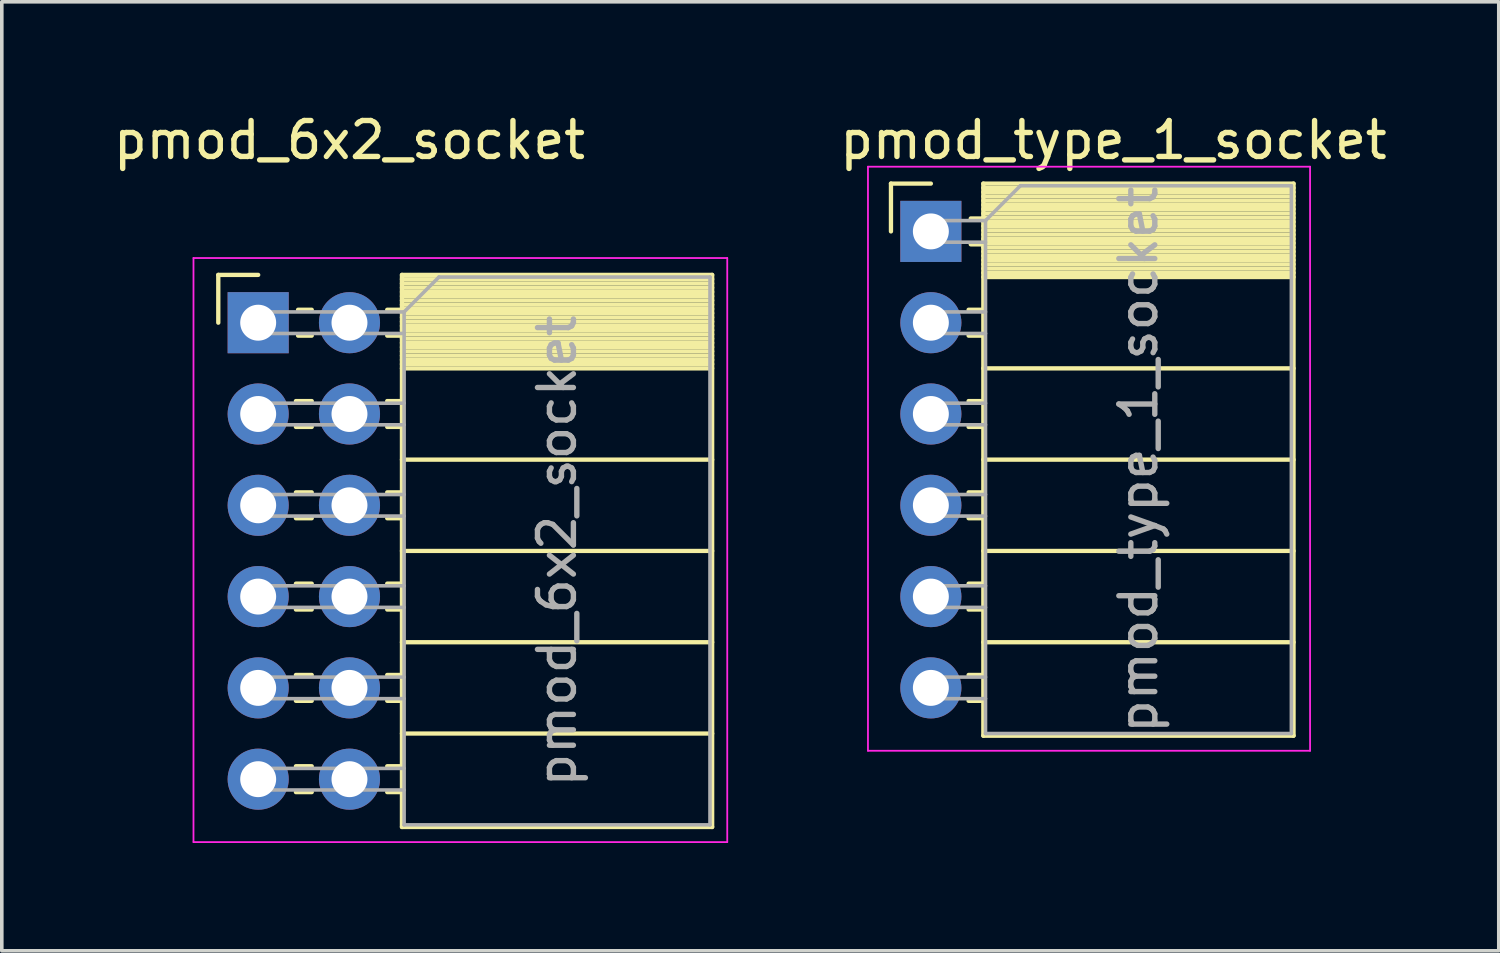
<source format=kicad_pcb>
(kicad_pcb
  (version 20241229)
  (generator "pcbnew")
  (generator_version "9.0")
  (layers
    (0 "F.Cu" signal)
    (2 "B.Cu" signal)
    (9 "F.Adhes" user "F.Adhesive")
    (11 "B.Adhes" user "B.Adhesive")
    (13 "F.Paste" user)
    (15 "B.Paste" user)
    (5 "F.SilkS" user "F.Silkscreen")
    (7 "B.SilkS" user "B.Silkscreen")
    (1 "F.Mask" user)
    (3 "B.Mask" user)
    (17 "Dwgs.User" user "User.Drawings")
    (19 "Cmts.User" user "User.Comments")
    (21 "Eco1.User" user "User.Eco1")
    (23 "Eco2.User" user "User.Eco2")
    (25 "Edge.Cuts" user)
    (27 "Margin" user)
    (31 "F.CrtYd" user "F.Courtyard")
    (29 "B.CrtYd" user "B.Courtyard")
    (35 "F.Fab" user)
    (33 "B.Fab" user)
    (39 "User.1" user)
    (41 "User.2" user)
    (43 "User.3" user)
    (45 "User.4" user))
  (footprint "pmod_6x2_socket"
    (layer "F.Cu")
    (at 4.133 5.928)
    (property "Reference" "pmod_6x2_socket" (at 2.54 -5.08 0) (unlocked yes) (layer "F.SilkS") (effects (font (size 1 1) (thickness 0.15))))
    (attr through_hole)
    (fp_line (start -1.11 -1.33) (end -1.11 0) (stroke (width 0.12) (type solid)) (layer "F.SilkS"))
    (fp_line (start 0 -1.33) (end -1.11 -1.33) (stroke (width 0.12) (type solid)) (layer "F.SilkS"))
    (fp_line (start 1.49 -0.36) (end 1.11 -0.36) (stroke (width 0.12) (type solid)) (layer "F.SilkS"))
    (fp_line (start 1.49 0.36) (end 1.11 0.36) (stroke (width 0.12) (type solid)) (layer "F.SilkS"))
    (fp_line (start 1.49 2.18) (end 1.05 2.18) (stroke (width 0.12) (type solid)) (layer "F.SilkS"))
    (fp_line (start 1.49 2.9) (end 1.05 2.9) (stroke (width 0.12) (type solid)) (layer "F.SilkS"))
    (fp_line (start 1.49 4.72) (end 1.05 4.72) (stroke (width 0.12) (type solid)) (layer "F.SilkS"))
    (fp_line (start 1.49 5.44) (end 1.05 5.44) (stroke (width 0.12) (type solid)) (layer "F.SilkS"))
    (fp_line (start 1.49 7.26) (end 1.05 7.26) (stroke (width 0.12) (type solid)) (layer "F.SilkS"))
    (fp_line (start 1.49 7.98) (end 1.05 7.98) (stroke (width 0.12) (type solid)) (layer "F.SilkS"))
    (fp_line (start 1.49 9.8) (end 1.05 9.8) (stroke (width 0.12) (type solid)) (layer "F.SilkS"))
    (fp_line (start 1.49 10.52) (end 1.05 10.52) (stroke (width 0.12) (type solid)) (layer "F.SilkS"))
    (fp_line (start 1.49 12.34) (end 1.05 12.34) (stroke (width 0.12) (type solid)) (layer "F.SilkS"))
    (fp_line (start 1.49 13.06) (end 1.05 13.06) (stroke (width 0.12) (type solid)) (layer "F.SilkS"))
    (fp_line (start 4 -1.33) (end 4 14.03) (stroke (width 0.12) (type solid)) (layer "F.SilkS"))
    (fp_line (start 4 -0.36) (end 3.59 -0.36) (stroke (width 0.12) (type solid)) (layer "F.SilkS"))
    (fp_line (start 4 0.36) (end 3.59 0.36) (stroke (width 0.12) (type solid)) (layer "F.SilkS"))
    (fp_line (start 4 2.18) (end 3.59 2.18) (stroke (width 0.12) (type solid)) (layer "F.SilkS"))
    (fp_line (start 4 2.9) (end 3.59 2.9) (stroke (width 0.12) (type solid)) (layer "F.SilkS"))
    (fp_line (start 4 4.72) (end 3.59 4.72) (stroke (width 0.12) (type solid)) (layer "F.SilkS"))
    (fp_line (start 4 5.44) (end 3.59 5.44) (stroke (width 0.12) (type solid)) (layer "F.SilkS"))
    (fp_line (start 4 7.26) (end 3.59 7.26) (stroke (width 0.12) (type solid)) (layer "F.SilkS"))
    (fp_line (start 4 7.98) (end 3.59 7.98) (stroke (width 0.12) (type solid)) (layer "F.SilkS"))
    (fp_line (start 4 9.8) (end 3.59 9.8) (stroke (width 0.12) (type solid)) (layer "F.SilkS"))
    (fp_line (start 4 10.52) (end 3.59 10.52) (stroke (width 0.12) (type solid)) (layer "F.SilkS"))
    (fp_line (start 4 12.34) (end 3.59 12.34) (stroke (width 0.12) (type solid)) (layer "F.SilkS"))
    (fp_line (start 4 13.06) (end 3.59 13.06) (stroke (width 0.12) (type solid)) (layer "F.SilkS"))
    (fp_line (start 12.63 -1.33) (end 4 -1.33) (stroke (width 0.12) (type solid)) (layer "F.SilkS"))
    (fp_line (start 12.63 -1.33) (end 12.63 14.03) (stroke (width 0.12) (type solid)) (layer "F.SilkS"))
    (fp_line (start 12.63 -1.21) (end 4 -1.21) (stroke (width 0.12) (type solid)) (layer "F.SilkS"))
    (fp_line (start 12.63 -1.092) (end 4 -1.092) (stroke (width 0.12) (type solid)) (layer "F.SilkS"))
    (fp_line (start 12.63 -0.974) (end 4 -0.974) (stroke (width 0.12) (type solid)) (layer "F.SilkS"))
    (fp_line (start 12.63 -0.856) (end 4 -0.856) (stroke (width 0.12) (type solid)) (layer "F.SilkS"))
    (fp_line (start 12.63 -0.738) (end 4 -0.738) (stroke (width 0.12) (type solid)) (layer "F.SilkS"))
    (fp_line (start 12.63 -0.62) (end 4 -0.62) (stroke (width 0.12) (type solid)) (layer "F.SilkS"))
    (fp_line (start 12.63 -0.501) (end 4 -0.501) (stroke (width 0.12) (type solid)) (layer "F.SilkS"))
    (fp_line (start 12.63 -0.383) (end 4 -0.383) (stroke (width 0.12) (type solid)) (layer "F.SilkS"))
    (fp_line (start 12.63 -0.265) (end 4 -0.265) (stroke (width 0.12) (type solid)) (layer "F.SilkS"))
    (fp_line (start 12.63 -0.147) (end 4 -0.147) (stroke (width 0.12) (type solid)) (layer "F.SilkS"))
    (fp_line (start 12.63 -0.029) (end 4 -0.029) (stroke (width 0.12) (type solid)) (layer "F.SilkS"))
    (fp_line (start 12.63 0.089) (end 4 0.089) (stroke (width 0.12) (type solid)) (layer "F.SilkS"))
    (fp_line (start 12.63 0.207) (end 4 0.207) (stroke (width 0.12) (type solid)) (layer "F.SilkS"))
    (fp_line (start 12.63 0.325) (end 4 0.325) (stroke (width 0.12) (type solid)) (layer "F.SilkS"))
    (fp_line (start 12.63 0.443) (end 4 0.443) (stroke (width 0.12) (type solid)) (layer "F.SilkS"))
    (fp_line (start 12.63 0.561) (end 4 0.561) (stroke (width 0.12) (type solid)) (layer "F.SilkS"))
    (fp_line (start 12.63 0.68) (end 4 0.68) (stroke (width 0.12) (type solid)) (layer "F.SilkS"))
    (fp_line (start 12.63 0.798) (end 4 0.798) (stroke (width 0.12) (type solid)) (layer "F.SilkS"))
    (fp_line (start 12.63 0.916) (end 4 0.916) (stroke (width 0.12) (type solid)) (layer "F.SilkS"))
    (fp_line (start 12.63 1.034) (end 4 1.034) (stroke (width 0.12) (type solid)) (layer "F.SilkS"))
    (fp_line (start 12.63 1.152) (end 4 1.152) (stroke (width 0.12) (type solid)) (layer "F.SilkS"))
    (fp_line (start 12.63 1.27) (end 4 1.27) (stroke (width 0.12) (type solid)) (layer "F.SilkS"))
    (fp_line (start 12.63 3.81) (end 4 3.81) (stroke (width 0.12) (type solid)) (layer "F.SilkS"))
    (fp_line (start 12.63 6.35) (end 4 6.35) (stroke (width 0.12) (type solid)) (layer "F.SilkS"))
    (fp_line (start 12.63 8.89) (end 4 8.89) (stroke (width 0.12) (type solid)) (layer "F.SilkS"))
    (fp_line (start 12.63 11.43) (end 4 11.43) (stroke (width 0.12) (type solid)) (layer "F.SilkS"))
    (fp_line (start 12.63 14.03) (end 4 14.03) (stroke (width 0.12) (type solid)) (layer "F.SilkS"))
    (fp_line (start -1.8 -1.8) (end 13.05 -1.8) (stroke (width 0.05) (type solid)) (layer "F.CrtYd"))
    (fp_line (start -1.8 14.45) (end -1.8 -1.8) (stroke (width 0.05) (type solid)) (layer "F.CrtYd"))
    (fp_line (start 13.05 -1.8) (end 13.05 14.45) (stroke (width 0.05) (type solid)) (layer "F.CrtYd"))
    (fp_line (start 13.05 14.45) (end -1.8 14.45) (stroke (width 0.05) (type solid)) (layer "F.CrtYd"))
    (fp_line (start 0 -0.3) (end 4.06 -0.3) (stroke (width 0.1) (type solid)) (layer "F.Fab"))
    (fp_line (start 0 0.3) (end 0 -0.3) (stroke (width 0.1) (type solid)) (layer "F.Fab"))
    (fp_line (start 0 2.24) (end 4.06 2.24) (stroke (width 0.1) (type solid)) (layer "F.Fab"))
    (fp_line (start 0 2.84) (end 0 2.24) (stroke (width 0.1) (type solid)) (layer "F.Fab"))
    (fp_line (start 0 4.78) (end 4.06 4.78) (stroke (width 0.1) (type solid)) (layer "F.Fab"))
    (fp_line (start 0 5.38) (end 0 4.78) (stroke (width 0.1) (type solid)) (layer "F.Fab"))
    (fp_line (start 0 7.32) (end 4.06 7.32) (stroke (width 0.1) (type solid)) (layer "F.Fab"))
    (fp_line (start 0 7.92) (end 0 7.32) (stroke (width 0.1) (type solid)) (layer "F.Fab"))
    (fp_line (start 0 9.86) (end 4.06 9.86) (stroke (width 0.1) (type solid)) (layer "F.Fab"))
    (fp_line (start 0 10.46) (end 0 9.86) (stroke (width 0.1) (type solid)) (layer "F.Fab"))
    (fp_line (start 0 12.4) (end 4.06 12.4) (stroke (width 0.1) (type solid)) (layer "F.Fab"))
    (fp_line (start 0 13) (end 0 12.4) (stroke (width 0.1) (type solid)) (layer "F.Fab"))
    (fp_line (start 4.06 -0.3) (end 4.06 13.97) (stroke (width 0.1) (type solid)) (layer "F.Fab"))
    (fp_line (start 4.06 0.3) (end 0 0.3) (stroke (width 0.1) (type solid)) (layer "F.Fab"))
    (fp_line (start 4.06 2.84) (end 0 2.84) (stroke (width 0.1) (type solid)) (layer "F.Fab"))
    (fp_line (start 4.06 5.38) (end 0 5.38) (stroke (width 0.1) (type solid)) (layer "F.Fab"))
    (fp_line (start 4.06 7.92) (end 0 7.92) (stroke (width 0.1) (type solid)) (layer "F.Fab"))
    (fp_line (start 4.06 10.46) (end 0 10.46) (stroke (width 0.1) (type solid)) (layer "F.Fab"))
    (fp_line (start 4.06 13) (end 0 13) (stroke (width 0.1) (type solid)) (layer "F.Fab"))
    (fp_line (start 4.06 13.97) (end 12.57 13.97) (stroke (width 0.1) (type solid)) (layer "F.Fab"))
    (fp_line (start 5.03 -1.27) (end 4.06 -0.3) (stroke (width 0.1) (type solid)) (layer "F.Fab"))
    (fp_line (start 12.57 -1.27) (end 5.03 -1.27) (stroke (width 0.1) (type solid)) (layer "F.Fab"))
    (fp_line (start 12.57 13.97) (end 12.57 -1.27) (stroke (width 0.1) (type solid)) (layer "F.Fab"))
    (fp_text user "${REFERENCE}" (at 8.315 6.35 90) (layer "F.Fab") (effects (font (size 1 1) (thickness 0.15))))
    (pad "1" thru_hole rect (at 0 0) (size 1.7 1.7) (drill 1) (layers "*.Cu" "*.Mask"))
    (pad "2" thru_hole oval (at 0 2.54) (size 1.7 1.7) (drill 1) (layers "*.Cu" "*.Mask"))
    (pad "3" thru_hole oval (at 0 5.08) (size 1.7 1.7) (drill 1) (layers "*.Cu" "*.Mask"))
    (pad "4" thru_hole oval (at 0 7.62) (size 1.7 1.7) (drill 1) (layers "*.Cu" "*.Mask"))
    (pad "5" thru_hole oval (at 0 10.16) (size 1.7 1.7) (drill 1) (layers "*.Cu" "*.Mask"))
    (pad "6" thru_hole oval (at 0 12.7) (size 1.7 1.7) (drill 1) (layers "*.Cu" "*.Mask"))
    (pad "7" thru_hole oval (at 2.54 0) (size 1.7 1.7) (drill 1) (layers "*.Cu" "*.Mask"))
    (pad "8" thru_hole oval (at 2.54 2.54) (size 1.7 1.7) (drill 1) (layers "*.Cu" "*.Mask"))
    (pad "9" thru_hole oval (at 2.54 5.08) (size 1.7 1.7) (drill 1) (layers "*.Cu" "*.Mask"))
    (pad "10" thru_hole oval (at 2.54 7.62) (size 1.7 1.7) (drill 1) (layers "*.Cu" "*.Mask"))
    (pad "11" thru_hole oval (at 2.54 10.16) (size 1.7 1.7) (drill 1) (layers "*.Cu" "*.Mask"))
    (pad "12" thru_hole oval (at 2.54 12.7) (size 1.7 1.7) (drill 1) (layers "*.Cu" "*.Mask")))
  (footprint "pmod_type_1_socket"
    (layer "F.Cu")
    (at 22.848 3.388)
    (property "Reference" "pmod_type_1_socket" (at 5.08 -2.54 0) (unlocked yes) (layer "F.SilkS") (effects (font (size 1 1) (thickness 0.15))))
    (attr through_hole)
    (fp_line (start -1.11 -1.33) (end -1.11 0) (stroke (width 0.12) (type solid)) (layer "F.SilkS"))
    (fp_line (start 0 -1.33) (end -1.11 -1.33) (stroke (width 0.12) (type solid)) (layer "F.SilkS"))
    (fp_line (start 1.46 -1.33) (end 1.46 14.03) (stroke (width 0.12) (type solid)) (layer "F.SilkS"))
    (fp_line (start 1.46 -0.36) (end 1.11 -0.36) (stroke (width 0.12) (type solid)) (layer "F.SilkS"))
    (fp_line (start 1.46 0.36) (end 1.11 0.36) (stroke (width 0.12) (type solid)) (layer "F.SilkS"))
    (fp_line (start 1.46 2.18) (end 1.05 2.18) (stroke (width 0.12) (type solid)) (layer "F.SilkS"))
    (fp_line (start 1.46 2.9) (end 1.05 2.9) (stroke (width 0.12) (type solid)) (layer "F.SilkS"))
    (fp_line (start 1.46 4.72) (end 1.05 4.72) (stroke (width 0.12) (type solid)) (layer "F.SilkS"))
    (fp_line (start 1.46 5.44) (end 1.05 5.44) (stroke (width 0.12) (type solid)) (layer "F.SilkS"))
    (fp_line (start 1.46 7.26) (end 1.05 7.26) (stroke (width 0.12) (type solid)) (layer "F.SilkS"))
    (fp_line (start 1.46 7.98) (end 1.05 7.98) (stroke (width 0.12) (type solid)) (layer "F.SilkS"))
    (fp_line (start 1.46 9.8) (end 1.05 9.8) (stroke (width 0.12) (type solid)) (layer "F.SilkS"))
    (fp_line (start 1.46 10.52) (end 1.05 10.52) (stroke (width 0.12) (type solid)) (layer "F.SilkS"))
    (fp_line (start 1.46 12.34) (end 1.05 12.34) (stroke (width 0.12) (type solid)) (layer "F.SilkS"))
    (fp_line (start 1.46 13.06) (end 1.05 13.06) (stroke (width 0.12) (type solid)) (layer "F.SilkS"))
    (fp_line (start 10.09 -1.33) (end 1.46 -1.33) (stroke (width 0.12) (type solid)) (layer "F.SilkS"))
    (fp_line (start 10.09 -1.33) (end 10.09 14.03) (stroke (width 0.12) (type solid)) (layer "F.SilkS"))
    (fp_line (start 10.09 -1.21) (end 1.46 -1.21) (stroke (width 0.12) (type solid)) (layer "F.SilkS"))
    (fp_line (start 10.09 -1.092) (end 1.46 -1.092) (stroke (width 0.12) (type solid)) (layer "F.SilkS"))
    (fp_line (start 10.09 -0.974) (end 1.46 -0.974) (stroke (width 0.12) (type solid)) (layer "F.SilkS"))
    (fp_line (start 10.09 -0.856) (end 1.46 -0.856) (stroke (width 0.12) (type solid)) (layer "F.SilkS"))
    (fp_line (start 10.09 -0.738) (end 1.46 -0.738) (stroke (width 0.12) (type solid)) (layer "F.SilkS"))
    (fp_line (start 10.09 -0.62) (end 1.46 -0.62) (stroke (width 0.12) (type solid)) (layer "F.SilkS"))
    (fp_line (start 10.09 -0.501) (end 1.46 -0.501) (stroke (width 0.12) (type solid)) (layer "F.SilkS"))
    (fp_line (start 10.09 -0.383) (end 1.46 -0.383) (stroke (width 0.12) (type solid)) (layer "F.SilkS"))
    (fp_line (start 10.09 -0.265) (end 1.46 -0.265) (stroke (width 0.12) (type solid)) (layer "F.SilkS"))
    (fp_line (start 10.09 -0.147) (end 1.46 -0.147) (stroke (width 0.12) (type solid)) (layer "F.SilkS"))
    (fp_line (start 10.09 -0.029) (end 1.46 -0.029) (stroke (width 0.12) (type solid)) (layer "F.SilkS"))
    (fp_line (start 10.09 0.089) (end 1.46 0.089) (stroke (width 0.12) (type solid)) (layer "F.SilkS"))
    (fp_line (start 10.09 0.207) (end 1.46 0.207) (stroke (width 0.12) (type solid)) (layer "F.SilkS"))
    (fp_line (start 10.09 0.325) (end 1.46 0.325) (stroke (width 0.12) (type solid)) (layer "F.SilkS"))
    (fp_line (start 10.09 0.443) (end 1.46 0.443) (stroke (width 0.12) (type solid)) (layer "F.SilkS"))
    (fp_line (start 10.09 0.561) (end 1.46 0.561) (stroke (width 0.12) (type solid)) (layer "F.SilkS"))
    (fp_line (start 10.09 0.68) (end 1.46 0.68) (stroke (width 0.12) (type solid)) (layer "F.SilkS"))
    (fp_line (start 10.09 0.798) (end 1.46 0.798) (stroke (width 0.12) (type solid)) (layer "F.SilkS"))
    (fp_line (start 10.09 0.916) (end 1.46 0.916) (stroke (width 0.12) (type solid)) (layer "F.SilkS"))
    (fp_line (start 10.09 1.034) (end 1.46 1.034) (stroke (width 0.12) (type solid)) (layer "F.SilkS"))
    (fp_line (start 10.09 1.152) (end 1.46 1.152) (stroke (width 0.12) (type solid)) (layer "F.SilkS"))
    (fp_line (start 10.09 1.27) (end 1.46 1.27) (stroke (width 0.12) (type solid)) (layer "F.SilkS"))
    (fp_line (start 10.09 3.81) (end 1.46 3.81) (stroke (width 0.12) (type solid)) (layer "F.SilkS"))
    (fp_line (start 10.09 6.35) (end 1.46 6.35) (stroke (width 0.12) (type solid)) (layer "F.SilkS"))
    (fp_line (start 10.09 8.89) (end 1.46 8.89) (stroke (width 0.12) (type solid)) (layer "F.SilkS"))
    (fp_line (start 10.09 11.43) (end 1.46 11.43) (stroke (width 0.12) (type solid)) (layer "F.SilkS"))
    (fp_line (start 10.09 14.03) (end 1.46 14.03) (stroke (width 0.12) (type solid)) (layer "F.SilkS"))
    (fp_line (start -1.75 -1.8) (end 10.55 -1.8) (stroke (width 0.05) (type solid)) (layer "F.CrtYd"))
    (fp_line (start -1.75 14.45) (end -1.75 -1.8) (stroke (width 0.05) (type solid)) (layer "F.CrtYd"))
    (fp_line (start 10.55 -1.8) (end 10.55 14.45) (stroke (width 0.05) (type solid)) (layer "F.CrtYd"))
    (fp_line (start 10.55 14.45) (end -1.75 14.45) (stroke (width 0.05) (type solid)) (layer "F.CrtYd"))
    (fp_line (start 0 -0.3) (end 1.52 -0.3) (stroke (width 0.1) (type solid)) (layer "F.Fab"))
    (fp_line (start 0 0.3) (end 0 -0.3) (stroke (width 0.1) (type solid)) (layer "F.Fab"))
    (fp_line (start 0 2.24) (end 1.52 2.24) (stroke (width 0.1) (type solid)) (layer "F.Fab"))
    (fp_line (start 0 2.84) (end 0 2.24) (stroke (width 0.1) (type solid)) (layer "F.Fab"))
    (fp_line (start 0 4.78) (end 1.52 4.78) (stroke (width 0.1) (type solid)) (layer "F.Fab"))
    (fp_line (start 0 5.38) (end 0 4.78) (stroke (width 0.1) (type solid)) (layer "F.Fab"))
    (fp_line (start 0 7.32) (end 1.52 7.32) (stroke (width 0.1) (type solid)) (layer "F.Fab"))
    (fp_line (start 0 7.92) (end 0 7.32) (stroke (width 0.1) (type solid)) (layer "F.Fab"))
    (fp_line (start 0 9.86) (end 1.52 9.86) (stroke (width 0.1) (type solid)) (layer "F.Fab"))
    (fp_line (start 0 10.46) (end 0 9.86) (stroke (width 0.1) (type solid)) (layer "F.Fab"))
    (fp_line (start 0 12.4) (end 1.52 12.4) (stroke (width 0.1) (type solid)) (layer "F.Fab"))
    (fp_line (start 0 13) (end 0 12.4) (stroke (width 0.1) (type solid)) (layer "F.Fab"))
    (fp_line (start 1.52 -0.3) (end 1.52 13.97) (stroke (width 0.1) (type solid)) (layer "F.Fab"))
    (fp_line (start 1.52 0.3) (end 0 0.3) (stroke (width 0.1) (type solid)) (layer "F.Fab"))
    (fp_line (start 1.52 2.84) (end 0 2.84) (stroke (width 0.1) (type solid)) (layer "F.Fab"))
    (fp_line (start 1.52 5.38) (end 0 5.38) (stroke (width 0.1) (type solid)) (layer "F.Fab"))
    (fp_line (start 1.52 7.92) (end 0 7.92) (stroke (width 0.1) (type solid)) (layer "F.Fab"))
    (fp_line (start 1.52 10.46) (end 0 10.46) (stroke (width 0.1) (type solid)) (layer "F.Fab"))
    (fp_line (start 1.52 13) (end 0 13) (stroke (width 0.1) (type solid)) (layer "F.Fab"))
    (fp_line (start 1.52 13.97) (end 10.03 13.97) (stroke (width 0.1) (type solid)) (layer "F.Fab"))
    (fp_line (start 2.49 -1.27) (end 1.52 -0.3) (stroke (width 0.1) (type solid)) (layer "F.Fab"))
    (fp_line (start 10.03 -1.27) (end 2.49 -1.27) (stroke (width 0.1) (type solid)) (layer "F.Fab"))
    (fp_line (start 10.03 13.97) (end 10.03 -1.27) (stroke (width 0.1) (type solid)) (layer "F.Fab"))
    (fp_text user "${REFERENCE}" (at 5.775 6.35 90) (layer "F.Fab") (effects (font (size 1 1) (thickness 0.15))))
    (pad "1" thru_hole rect (at 0 0) (size 1.7 1.7) (drill 1) (layers "*.Cu" "*.Mask"))
    (pad "2" thru_hole oval (at 0 2.54) (size 1.7 1.7) (drill 1) (layers "*.Cu" "*.Mask"))
    (pad "3" thru_hole oval (at 0 5.08) (size 1.7 1.7) (drill 1) (layers "*.Cu" "*.Mask"))
    (pad "4" thru_hole oval (at 0 7.62) (size 1.7 1.7) (drill 1) (layers "*.Cu" "*.Mask"))
    (pad "5" thru_hole oval (at 0 10.16) (size 1.7 1.7) (drill 1) (layers "*.Cu" "*.Mask"))
    (pad "6" thru_hole oval (at 0 12.7) (size 1.7 1.7) (drill 1) (layers "*.Cu" "*.Mask")))
  (gr_rect
    (start -3 -3)
    (end 38.648 23.403)
    (stroke (width 0.1) (type default))
    (fill no)
    (layer "Edge.Cuts")))
</source>
